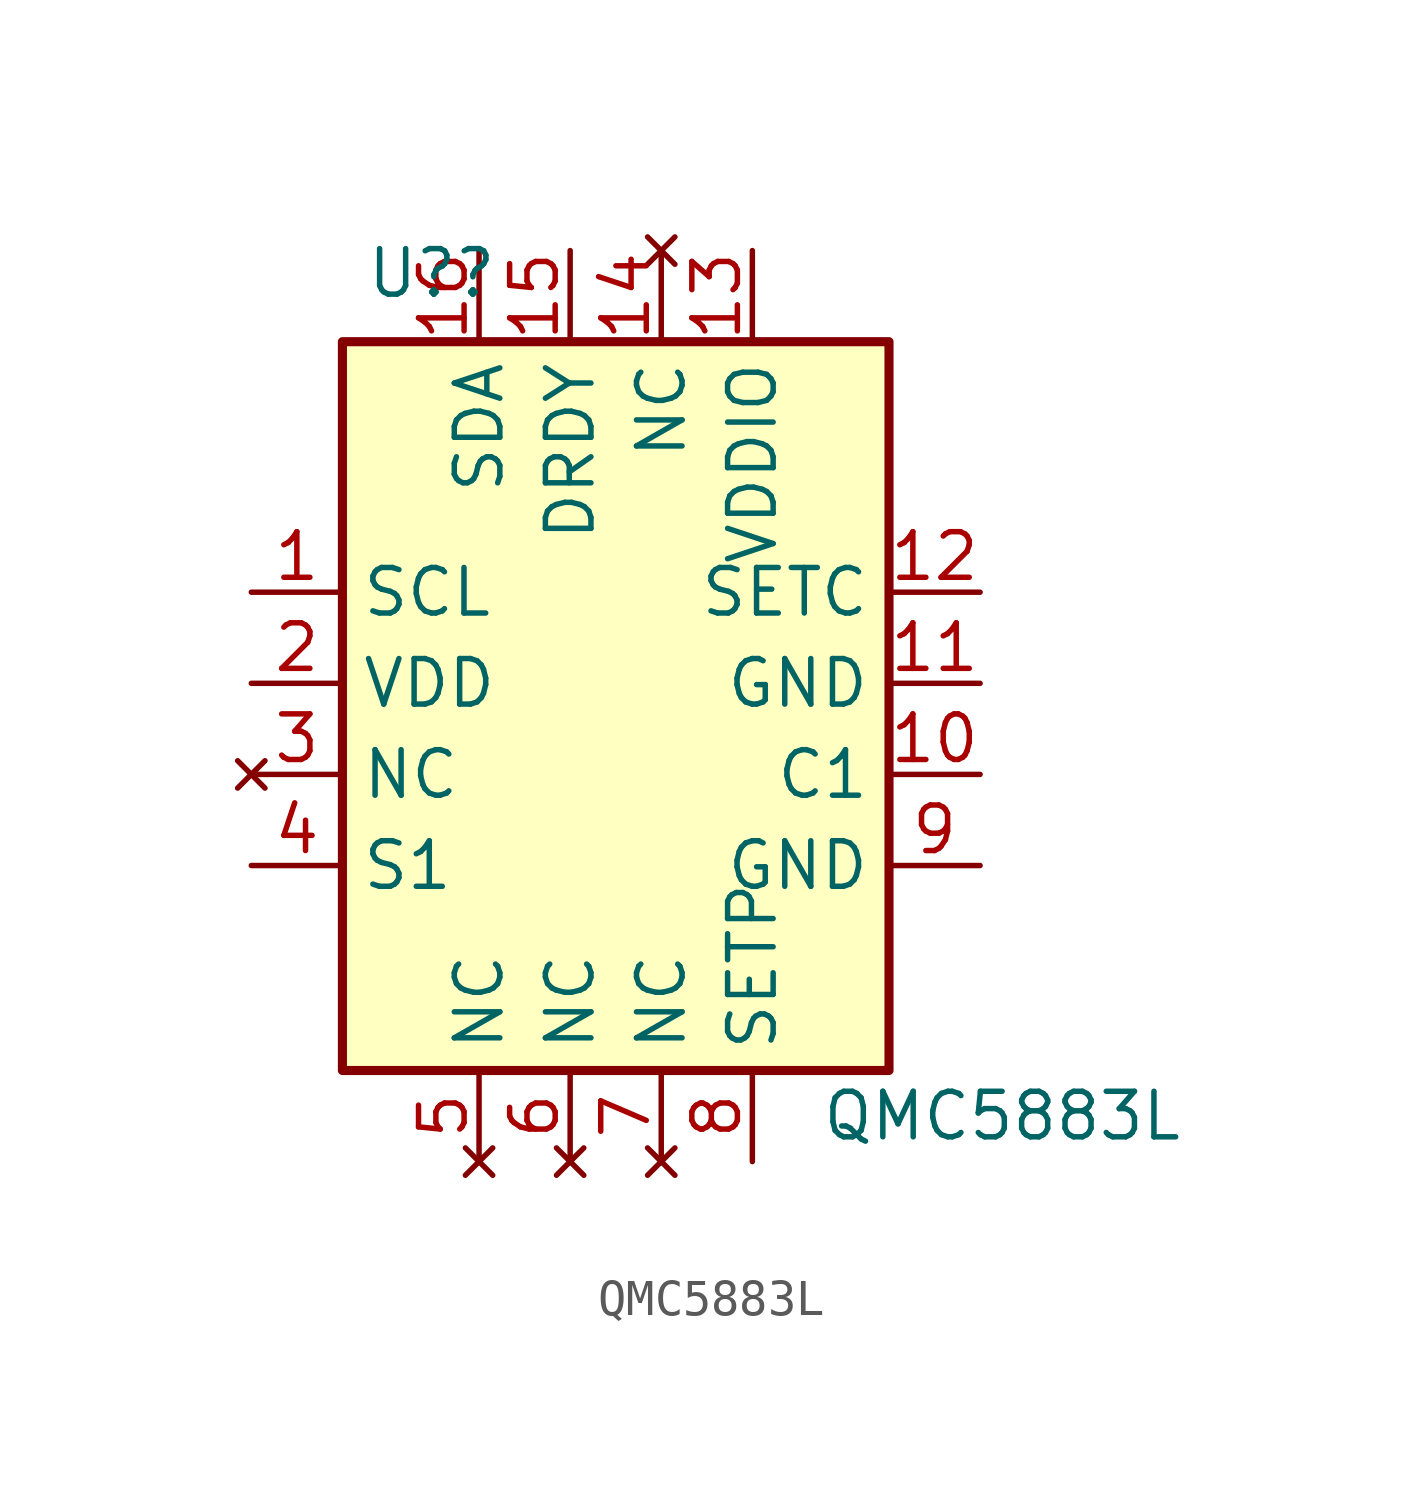
<source format=kicad_sym>
(kicad_symbol_lib
  (version 20211014)
  (generator kicad_symbol_editor)
  (symbol "QMC5883L"
    (property "Reference" "U?"
      (at -6.985 12.065 0)
      (effects (font (size 1.27 1.27)) (justify left)))
    (property "Value" "QMC5883L"
      (at 5.715 -11.43 0)
      (effects (font (size 1.27 1.27)) (justify left)))
    (symbol "QMC5883L_0_1"
      (rectangle (start -7.62 10.16) (end 7.62 -10.16) (stroke (width 0.254) (type default) (color 0 0 0 0)) (fill (type background))))
    (symbol "QMC5883L_1_1"
      (pin input line (at -10.16 3.175 0) (length 2.54) (name "SCL" (effects (font (size 1.27 1.27)))) (number "1" (effects (font (size 1.27 1.27)))))
      (pin passive line (at 10.16 -1.905 180) (length 2.54) (name "C1" (effects (font (size 1.27 1.27)))) (number "10" (effects (font (size 1.27 1.27)))))
      (pin power_in line (at 10.16 0.635 180) (length 2.54) (name "GND" (effects (font (size 1.27 1.27)))) (number "11" (effects (font (size 1.27 1.27)))))
      (pin passive line (at 10.16 3.175 180) (length 2.54) (name "SETC" (effects (font (size 1.27 1.27)))) (number "12" (effects (font (size 1.27 1.27)))))
      (pin power_in line (at 3.81 12.7 270) (length 2.54) (name "VDDIO" (effects (font (size 1.27 1.27)))) (number "13" (effects (font (size 1.27 1.27)))))
      (pin no_connect line (at 1.27 12.7 270) (length 2.54) (name "NC" (effects (font (size 1.27 1.27)))) (number "14" (effects (font (size 1.27 1.27)))))
      (pin output line (at -1.27 12.7 270) (length 2.54) (name "DRDY" (effects (font (size 1.27 1.27)))) (number "15" (effects (font (size 1.27 1.27)))))
      (pin bidirectional line (at -3.81 12.7 270) (length 2.54) (name "SDA" (effects (font (size 1.27 1.27)))) (number "16" (effects (font (size 1.27 1.27)))))
      (pin power_in line (at -10.16 0.635 0) (length 2.54) (name "VDD" (effects (font (size 1.27 1.27)))) (number "2" (effects (font (size 1.27 1.27)))))
      (pin no_connect line (at -10.16 -1.905 0) (length 2.54) (name "NC" (effects (font (size 1.27 1.27)))) (number "3" (effects (font (size 1.27 1.27)))))
      (pin passive line (at -10.16 -4.445 0) (length 2.54) (name "S1" (effects (font (size 1.27 1.27)))) (number "4" (effects (font (size 1.27 1.27)))))
      (pin no_connect line (at -3.81 -12.7 90) (length 2.54) (name "NC" (effects (font (size 1.27 1.27)))) (number "5" (effects (font (size 1.27 1.27)))))
      (pin no_connect line (at -1.27 -12.7 90) (length 2.54) (name "NC" (effects (font (size 1.27 1.27)))) (number "6" (effects (font (size 1.27 1.27)))))
      (pin no_connect line (at 1.27 -12.7 90) (length 2.54) (name "NC" (effects (font (size 1.27 1.27)))) (number "7" (effects (font (size 1.27 1.27)))))
      (pin passive line (at 3.81 -12.7 90) (length 2.54) (name "SETP" (effects (font (size 1.27 1.27)))) (number "8" (effects (font (size 1.27 1.27)))))
      (pin power_in line (at 10.16 -4.445 180) (length 2.54) (name "GND" (effects (font (size 1.27 1.27)))) (number "9" (effects (font (size 1.27 1.27))))))))
</source>
